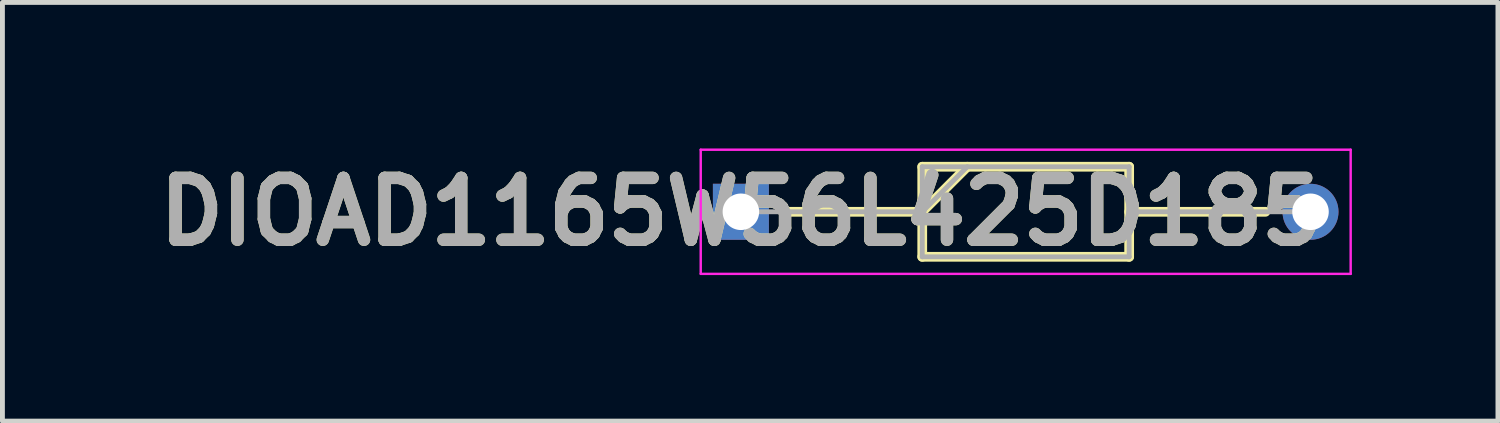
<source format=kicad_pcb>
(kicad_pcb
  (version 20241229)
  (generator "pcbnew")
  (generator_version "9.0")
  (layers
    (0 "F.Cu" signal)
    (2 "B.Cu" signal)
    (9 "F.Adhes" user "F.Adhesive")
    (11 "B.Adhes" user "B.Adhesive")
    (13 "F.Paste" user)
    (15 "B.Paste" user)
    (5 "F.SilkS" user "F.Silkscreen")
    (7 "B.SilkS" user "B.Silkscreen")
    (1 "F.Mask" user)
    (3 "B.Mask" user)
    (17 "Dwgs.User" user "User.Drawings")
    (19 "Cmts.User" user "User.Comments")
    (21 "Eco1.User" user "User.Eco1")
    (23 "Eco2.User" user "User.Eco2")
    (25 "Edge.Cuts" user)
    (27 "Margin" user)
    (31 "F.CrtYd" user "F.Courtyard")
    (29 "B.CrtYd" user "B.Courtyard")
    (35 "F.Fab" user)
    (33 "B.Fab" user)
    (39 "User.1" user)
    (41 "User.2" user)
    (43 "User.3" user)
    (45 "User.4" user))
  (footprint "DIOAD1165W56L425D185"
    (layer "F.Cu")
    (at 12.168 1.3)
    (property "Reference" "DIOAD1165W56L425D185" (at 0 0 0) (layer "F.SilkS") (effects (font (size 1.27 1.27) (thickness 0.254))))
    (attr through_hole)
    (fp_line (start 0.925 0) (end 3.725 0) (stroke (width 0.2) (type solid)) (layer "F.SilkS"))
    (fp_line (start 3.725 -0.925) (end 7.975 -0.925) (stroke (width 0.2) (type solid)) (layer "F.SilkS"))
    (fp_line (start 3.725 0) (end 4.65 -0.925) (stroke (width 0.2) (type solid)) (layer "F.SilkS"))
    (fp_line (start 3.725 0.925) (end 3.725 -0.925) (stroke (width 0.2) (type solid)) (layer "F.SilkS"))
    (fp_line (start 7.975 -0.925) (end 7.975 0.925) (stroke (width 0.2) (type solid)) (layer "F.SilkS"))
    (fp_line (start 7.975 0) (end 10.775 0) (stroke (width 0.2) (type solid)) (layer "F.SilkS"))
    (fp_line (start 7.975 0.925) (end 3.725 0.925) (stroke (width 0.2) (type solid)) (layer "F.SilkS"))
    (fp_line (start -0.825 -1.275) (end 12.525 -1.275) (stroke (width 0.05) (type solid)) (layer "F.CrtYd"))
    (fp_line (start -0.825 1.275) (end -0.825 -1.275) (stroke (width 0.05) (type solid)) (layer "F.CrtYd"))
    (fp_line (start 12.525 -1.275) (end 12.525 1.275) (stroke (width 0.05) (type solid)) (layer "F.CrtYd"))
    (fp_line (start 12.525 1.275) (end -0.825 1.275) (stroke (width 0.05) (type solid)) (layer "F.CrtYd"))
    (fp_line (start 0 0) (end 3.725 0) (stroke (width 0.1) (type solid)) (layer "F.Fab"))
    (fp_line (start 3.725 -0.925) (end 7.975 -0.925) (stroke (width 0.1) (type solid)) (layer "F.Fab"))
    (fp_line (start 3.725 0) (end 4.65 -0.925) (stroke (width 0.1) (type solid)) (layer "F.Fab"))
    (fp_line (start 3.725 0.925) (end 3.725 -0.925) (stroke (width 0.1) (type solid)) (layer "F.Fab"))
    (fp_line (start 7.975 -0.925) (end 7.975 0.925) (stroke (width 0.1) (type solid)) (layer "F.Fab"))
    (fp_line (start 7.975 0) (end 11.7 0) (stroke (width 0.1) (type solid)) (layer "F.Fab"))
    (fp_line (start 7.975 0.925) (end 3.725 0.925) (stroke (width 0.1) (type solid)) (layer "F.Fab"))
    (fp_text user "${REFERENCE}" (at 0 0 0) (layer "F.Fab") (effects (font (size 1.27 1.27) (thickness 0.254))))
    (pad "1" thru_hole rect (at 0 0) (size 1.15 1.15) (drill 0.75) (layers "*.Cu" "*.Mask"))
    (pad "2" thru_hole circle (at 11.7 0) (size 1.15 1.15) (drill 0.75) (layers "*.Cu" "*.Mask")))
  (gr_rect
    (start -3 -3)
    (end 27.718 5.6)
    (stroke (width 0.1) (type default))
    (fill no)
    (layer "Edge.Cuts")))
</source>
